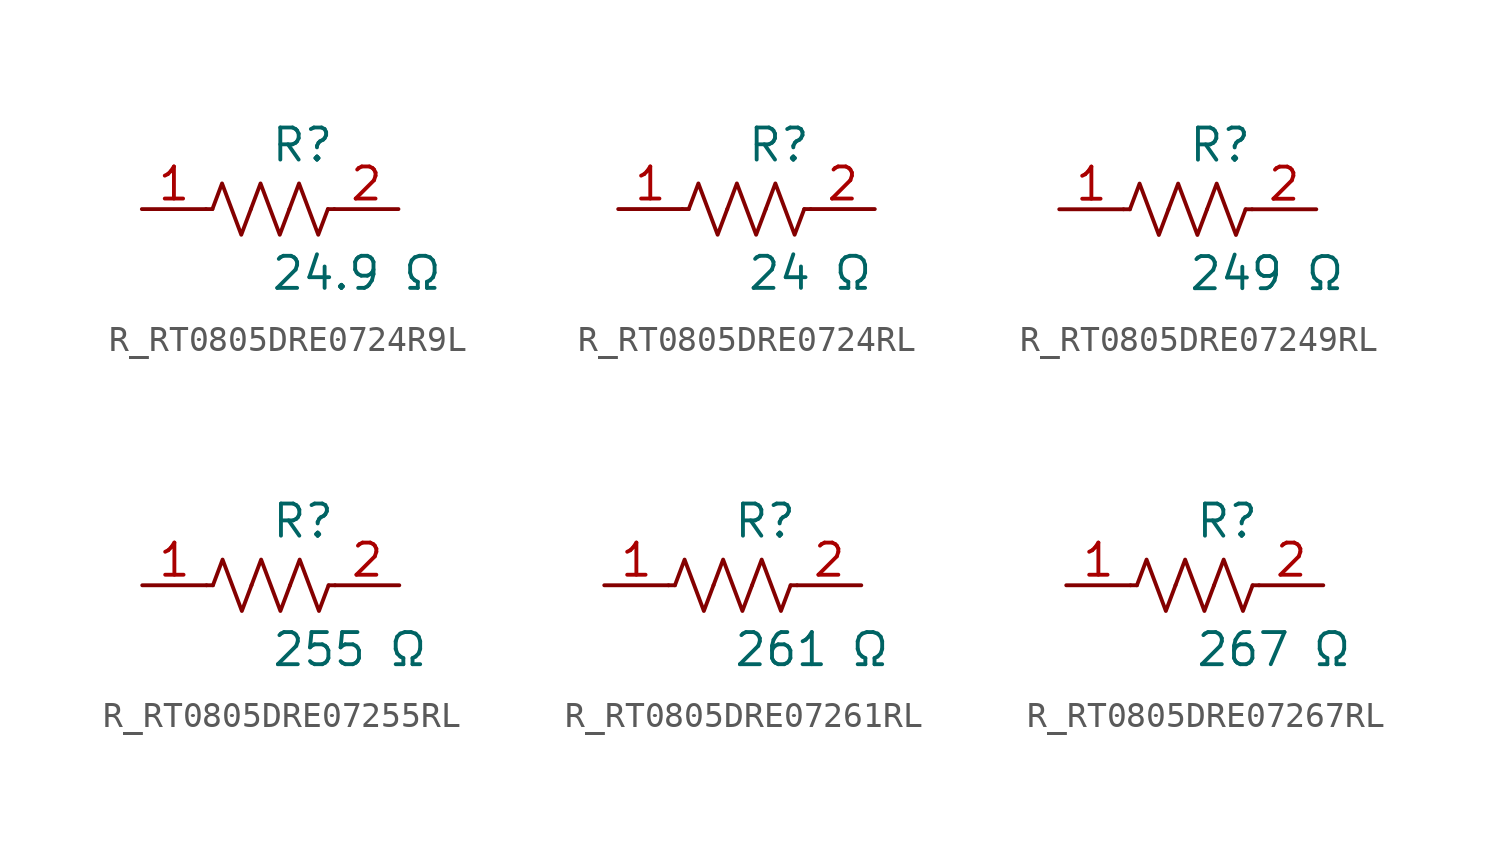
<source format=kicad_sym>
(kicad_symbol_lib
  (version 20231120)
  (generator kicad_symbol_editor)
  (generator_version 8.0)
  (symbol "R_RT0805DRE0724R9L"
    (pin_names
      (offset 0.254))
    (property "Reference" "R"
      (at 0.0 2.54 0)
      (effects (font (size 1.27 1.27)) (justify left)))
    (property "Value" "24.9 Ω"
      (at 0.0 -2.54 0)
      (effects (font (size 1.27 1.27)) (justify left)))
    (symbol "R_RT0805DRE0724R9L_0_1"
      (polyline (pts (xy 2.286 0) (xy 2.54 0)) (stroke (width 0) (type default)) (fill (type none)))
      (polyline (pts (xy -2.286 0) (xy -2.54 0)) (stroke (width 0) (type default)) (fill (type none)))
      (polyline (pts (xy 0.762 0) (xy 1.143 1.016) (xy 1.524 0) (xy 1.905 -1.016) (xy 2.286 0)) (stroke (width 0) (type default)) (fill (type none)))
      (polyline (pts (xy -0.762 0) (xy -0.381 1.016) (xy 0 0) (xy 0.381 -1.016) (xy 0.762 0)) (stroke (width 0) (type default)) (fill (type none)))
      (polyline (pts (xy -2.286 0) (xy -1.905 1.016) (xy -1.524 0) (xy -1.143 -1.016) (xy -0.762 0)) (stroke (width 0) (type default)) (fill (type none))))
    (pin unspecified line
      (at -5.08 0 0)
      (length 2.54)
      (name "" (effects (font (size 1.27 1.27))))
      (number "1" (effects (font (size 1.27 1.27)))))
    (pin unspecified line
      (at 5.08 0 180)
      (length 2.54)
      (name "" (effects (font (size 1.27 1.27))))
      (number "2" (effects (font (size 1.27 1.27))))))
  (symbol "R_RT0805DRE0724RL"
    (pin_names
      (offset 0.254))
    (property "Reference" "R"
      (at 0.0 2.54 0)
      (effects (font (size 1.27 1.27)) (justify left)))
    (property "Value" "24 Ω"
      (at 0.0 -2.54 0)
      (effects (font (size 1.27 1.27)) (justify left)))
    (symbol "R_RT0805DRE0724RL_0_1"
      (polyline (pts (xy 2.286 0) (xy 2.54 0)) (stroke (width 0) (type default)) (fill (type none)))
      (polyline (pts (xy -2.286 0) (xy -2.54 0)) (stroke (width 0) (type default)) (fill (type none)))
      (polyline (pts (xy 0.762 0) (xy 1.143 1.016) (xy 1.524 0) (xy 1.905 -1.016) (xy 2.286 0)) (stroke (width 0) (type default)) (fill (type none)))
      (polyline (pts (xy -0.762 0) (xy -0.381 1.016) (xy 0 0) (xy 0.381 -1.016) (xy 0.762 0)) (stroke (width 0) (type default)) (fill (type none)))
      (polyline (pts (xy -2.286 0) (xy -1.905 1.016) (xy -1.524 0) (xy -1.143 -1.016) (xy -0.762 0)) (stroke (width 0) (type default)) (fill (type none))))
    (pin unspecified line
      (at -5.08 0 0)
      (length 2.54)
      (name "" (effects (font (size 1.27 1.27))))
      (number "1" (effects (font (size 1.27 1.27)))))
    (pin unspecified line
      (at 5.08 0 180)
      (length 2.54)
      (name "" (effects (font (size 1.27 1.27))))
      (number "2" (effects (font (size 1.27 1.27))))))
  (symbol "R_RT0805DRE07249RL"
    (pin_names
      (offset 0.254))
    (property "Reference" "R"
      (at 0.0 2.54 0)
      (effects (font (size 1.27 1.27)) (justify left)))
    (property "Value" "249 Ω"
      (at 0.0 -2.54 0)
      (effects (font (size 1.27 1.27)) (justify left)))
    (symbol "R_RT0805DRE07249RL_0_1"
      (polyline (pts (xy 2.286 0) (xy 2.54 0)) (stroke (width 0) (type default)) (fill (type none)))
      (polyline (pts (xy -2.286 0) (xy -2.54 0)) (stroke (width 0) (type default)) (fill (type none)))
      (polyline (pts (xy 0.762 0) (xy 1.143 1.016) (xy 1.524 0) (xy 1.905 -1.016) (xy 2.286 0)) (stroke (width 0) (type default)) (fill (type none)))
      (polyline (pts (xy -0.762 0) (xy -0.381 1.016) (xy 0 0) (xy 0.381 -1.016) (xy 0.762 0)) (stroke (width 0) (type default)) (fill (type none)))
      (polyline (pts (xy -2.286 0) (xy -1.905 1.016) (xy -1.524 0) (xy -1.143 -1.016) (xy -0.762 0)) (stroke (width 0) (type default)) (fill (type none))))
    (pin unspecified line
      (at -5.08 0 0)
      (length 2.54)
      (name "" (effects (font (size 1.27 1.27))))
      (number "1" (effects (font (size 1.27 1.27)))))
    (pin unspecified line
      (at 5.08 0 180)
      (length 2.54)
      (name "" (effects (font (size 1.27 1.27))))
      (number "2" (effects (font (size 1.27 1.27))))))
  (symbol "R_RT0805DRE07255RL"
    (pin_names
      (offset 0.254))
    (property "Reference" "R"
      (at 0.0 2.54 0)
      (effects (font (size 1.27 1.27)) (justify left)))
    (property "Value" "255 Ω"
      (at 0.0 -2.54 0)
      (effects (font (size 1.27 1.27)) (justify left)))
    (symbol "R_RT0805DRE07255RL_0_1"
      (polyline (pts (xy 2.286 0) (xy 2.54 0)) (stroke (width 0) (type default)) (fill (type none)))
      (polyline (pts (xy -2.286 0) (xy -2.54 0)) (stroke (width 0) (type default)) (fill (type none)))
      (polyline (pts (xy 0.762 0) (xy 1.143 1.016) (xy 1.524 0) (xy 1.905 -1.016) (xy 2.286 0)) (stroke (width 0) (type default)) (fill (type none)))
      (polyline (pts (xy -0.762 0) (xy -0.381 1.016) (xy 0 0) (xy 0.381 -1.016) (xy 0.762 0)) (stroke (width 0) (type default)) (fill (type none)))
      (polyline (pts (xy -2.286 0) (xy -1.905 1.016) (xy -1.524 0) (xy -1.143 -1.016) (xy -0.762 0)) (stroke (width 0) (type default)) (fill (type none))))
    (pin unspecified line
      (at -5.08 0 0)
      (length 2.54)
      (name "" (effects (font (size 1.27 1.27))))
      (number "1" (effects (font (size 1.27 1.27)))))
    (pin unspecified line
      (at 5.08 0 180)
      (length 2.54)
      (name "" (effects (font (size 1.27 1.27))))
      (number "2" (effects (font (size 1.27 1.27))))))
  (symbol "R_RT0805DRE07261RL"
    (pin_names
      (offset 0.254))
    (property "Reference" "R"
      (at 0.0 2.54 0)
      (effects (font (size 1.27 1.27)) (justify left)))
    (property "Value" "261 Ω"
      (at 0.0 -2.54 0)
      (effects (font (size 1.27 1.27)) (justify left)))
    (symbol "R_RT0805DRE07261RL_0_1"
      (polyline (pts (xy 2.286 0) (xy 2.54 0)) (stroke (width 0) (type default)) (fill (type none)))
      (polyline (pts (xy -2.286 0) (xy -2.54 0)) (stroke (width 0) (type default)) (fill (type none)))
      (polyline (pts (xy 0.762 0) (xy 1.143 1.016) (xy 1.524 0) (xy 1.905 -1.016) (xy 2.286 0)) (stroke (width 0) (type default)) (fill (type none)))
      (polyline (pts (xy -0.762 0) (xy -0.381 1.016) (xy 0 0) (xy 0.381 -1.016) (xy 0.762 0)) (stroke (width 0) (type default)) (fill (type none)))
      (polyline (pts (xy -2.286 0) (xy -1.905 1.016) (xy -1.524 0) (xy -1.143 -1.016) (xy -0.762 0)) (stroke (width 0) (type default)) (fill (type none))))
    (pin unspecified line
      (at -5.08 0 0)
      (length 2.54)
      (name "" (effects (font (size 1.27 1.27))))
      (number "1" (effects (font (size 1.27 1.27)))))
    (pin unspecified line
      (at 5.08 0 180)
      (length 2.54)
      (name "" (effects (font (size 1.27 1.27))))
      (number "2" (effects (font (size 1.27 1.27))))))
  (symbol "R_RT0805DRE07267RL"
    (pin_names
      (offset 0.254))
    (property "Reference" "R"
      (at 0.0 2.54 0)
      (effects (font (size 1.27 1.27)) (justify left)))
    (property "Value" "267 Ω"
      (at 0.0 -2.54 0)
      (effects (font (size 1.27 1.27)) (justify left)))
    (symbol "R_RT0805DRE07267RL_0_1"
      (polyline (pts (xy 2.286 0) (xy 2.54 0)) (stroke (width 0) (type default)) (fill (type none)))
      (polyline (pts (xy -2.286 0) (xy -2.54 0)) (stroke (width 0) (type default)) (fill (type none)))
      (polyline (pts (xy 0.762 0) (xy 1.143 1.016) (xy 1.524 0) (xy 1.905 -1.016) (xy 2.286 0)) (stroke (width 0) (type default)) (fill (type none)))
      (polyline (pts (xy -0.762 0) (xy -0.381 1.016) (xy 0 0) (xy 0.381 -1.016) (xy 0.762 0)) (stroke (width 0) (type default)) (fill (type none)))
      (polyline (pts (xy -2.286 0) (xy -1.905 1.016) (xy -1.524 0) (xy -1.143 -1.016) (xy -0.762 0)) (stroke (width 0) (type default)) (fill (type none))))
    (pin unspecified line
      (at -5.08 0 0)
      (length 2.54)
      (name "" (effects (font (size 1.27 1.27))))
      (number "1" (effects (font (size 1.27 1.27)))))
    (pin unspecified line
      (at 5.08 0 180)
      (length 2.54)
      (name "" (effects (font (size 1.27 1.27))))
      (number "2" (effects (font (size 1.27 1.27)))))))
</source>
